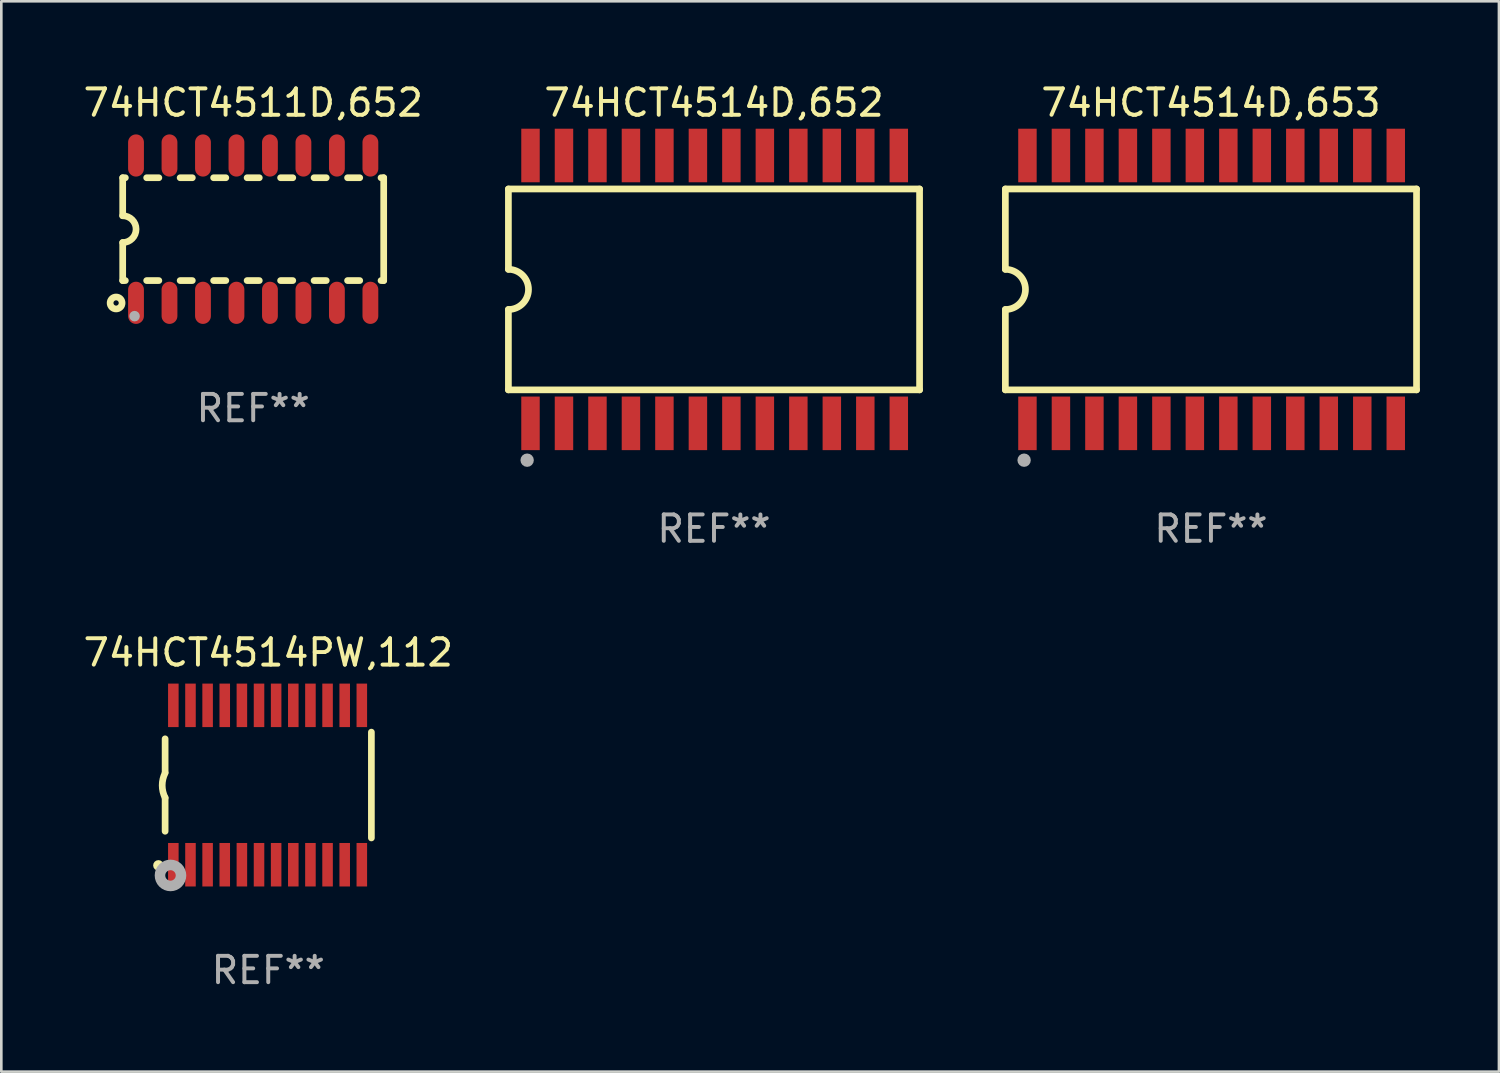
<source format=kicad_pcb>
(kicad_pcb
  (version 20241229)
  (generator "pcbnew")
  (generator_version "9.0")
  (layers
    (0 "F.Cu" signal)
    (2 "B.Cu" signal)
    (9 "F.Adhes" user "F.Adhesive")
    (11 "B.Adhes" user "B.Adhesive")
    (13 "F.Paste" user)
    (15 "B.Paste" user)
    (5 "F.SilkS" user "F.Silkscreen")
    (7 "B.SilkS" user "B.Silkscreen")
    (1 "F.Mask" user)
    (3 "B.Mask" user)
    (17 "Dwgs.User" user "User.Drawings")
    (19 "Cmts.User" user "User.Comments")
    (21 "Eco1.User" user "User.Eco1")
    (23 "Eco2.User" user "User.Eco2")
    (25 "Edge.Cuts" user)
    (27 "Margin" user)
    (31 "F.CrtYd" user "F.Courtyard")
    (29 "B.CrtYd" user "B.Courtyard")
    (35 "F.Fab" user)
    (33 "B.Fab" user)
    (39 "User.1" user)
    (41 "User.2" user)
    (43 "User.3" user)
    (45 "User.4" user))
  (footprint "74HCT4511D,652"
    (layer "F.Cu")
    (at 6.554 5.642)
    (property "Reference" "74HCT4511D,652" (at 0 -4.794 0) (layer "F.SilkS") (effects (font (size 1 1) (thickness 0.15))))
    (attr through_hole)
    (fp_line (start -4.95 -1.95) (end -4.95 -0.508) (stroke (width 0.254) (type solid)) (layer "F.SilkS"))
    (fp_line (start -4.95 -1.95) (end -4.849 -1.95) (stroke (width 0.254) (type solid)) (layer "F.SilkS"))
    (fp_line (start -4.95 1.95) (end -4.95 0.508) (stroke (width 0.254) (type solid)) (layer "F.SilkS"))
    (fp_line (start -4.95 1.95) (end -4.849 1.95) (stroke (width 0.254) (type solid)) (layer "F.SilkS"))
    (fp_line (start -4.041 -1.95) (end -3.579 -1.95) (stroke (width 0.254) (type solid)) (layer "F.SilkS"))
    (fp_line (start -4.041 1.95) (end -3.579 1.95) (stroke (width 0.254) (type solid)) (layer "F.SilkS"))
    (fp_line (start -2.771 -1.95) (end -2.309 -1.95) (stroke (width 0.254) (type solid)) (layer "F.SilkS"))
    (fp_line (start -2.771 1.95) (end -2.309 1.95) (stroke (width 0.254) (type solid)) (layer "F.SilkS"))
    (fp_line (start -1.501 -1.95) (end -1.039 -1.95) (stroke (width 0.254) (type solid)) (layer "F.SilkS"))
    (fp_line (start -1.501 1.95) (end -1.039 1.95) (stroke (width 0.254) (type solid)) (layer "F.SilkS"))
    (fp_line (start -0.231 -1.95) (end 0.231 -1.95) (stroke (width 0.254) (type solid)) (layer "F.SilkS"))
    (fp_line (start -0.231 1.95) (end 0.231 1.95) (stroke (width 0.254) (type solid)) (layer "F.SilkS"))
    (fp_line (start 1.039 -1.95) (end 1.501 -1.95) (stroke (width 0.254) (type solid)) (layer "F.SilkS"))
    (fp_line (start 1.039 1.95) (end 1.501 1.95) (stroke (width 0.254) (type solid)) (layer "F.SilkS"))
    (fp_line (start 2.309 -1.95) (end 2.771 -1.95) (stroke (width 0.254) (type solid)) (layer "F.SilkS"))
    (fp_line (start 2.309 1.95) (end 2.771 1.95) (stroke (width 0.254) (type solid)) (layer "F.SilkS"))
    (fp_line (start 3.579 -1.95) (end 4.041 -1.95) (stroke (width 0.254) (type solid)) (layer "F.SilkS"))
    (fp_line (start 3.579 1.95) (end 4.041 1.95) (stroke (width 0.254) (type solid)) (layer "F.SilkS"))
    (fp_line (start 4.849 -1.95) (end 4.95 -1.95) (stroke (width 0.254) (type solid)) (layer "F.SilkS"))
    (fp_line (start 4.849 1.95) (end 4.95 1.95) (stroke (width 0.254) (type solid)) (layer "F.SilkS"))
    (fp_line (start 4.95 -1.95) (end 4.95 1.95) (stroke (width 0.254) (type solid)) (layer "F.SilkS"))
    (fp_arc (start -4.95047 -0.508001) (mid -4.442469 -0.000228) (end -4.950013 0.508001) (stroke (width 0.254001) (type solid)) (layer "F.SilkS"))
    (fp_circle (center -5.2 2.8) (end -5.1 2.8) (stroke (width 0.254) (type solid)) (fill no) (layer "F.SilkS"))
    (fp_circle (center -4.95 2.947) (end -4.92 2.947) (stroke (width 0.06) (type solid)) (fill no) (layer "F.SilkS"))
    (fp_circle (center -4.5 3.3) (end -4.4 3.3) (stroke (width 0.2) (type solid)) (fill no) (layer "F.Fab"))
    (fp_text user "REF**" (at 0 6.794 0) (layer "F.Fab") (effects (font (size 1 1) (thickness 0.15))))
    (pad "1" smd oval (at -4.445 2.794) (size 0.6 1.6) (layers "F.Cu" "F.Mask" "F.Paste"))
    (pad "2" smd oval (at -3.175 2.794) (size 0.6 1.6) (layers "F.Cu" "F.Mask" "F.Paste"))
    (pad "3" smd oval (at -1.905 2.794) (size 0.6 1.6) (layers "F.Cu" "F.Mask" "F.Paste"))
    (pad "4" smd oval (at -0.635 2.794) (size 0.6 1.6) (layers "F.Cu" "F.Mask" "F.Paste"))
    (pad "5" smd oval (at 0.635 2.794) (size 0.6 1.6) (layers "F.Cu" "F.Mask" "F.Paste"))
    (pad "6" smd oval (at 1.905 2.794) (size 0.6 1.6) (layers "F.Cu" "F.Mask" "F.Paste"))
    (pad "7" smd oval (at 3.175 2.794) (size 0.6 1.6) (layers "F.Cu" "F.Mask" "F.Paste"))
    (pad "8" smd oval (at 4.445 2.794) (size 0.6 1.6) (layers "F.Cu" "F.Mask" "F.Paste"))
    (pad "9" smd oval (at 4.445 -2.794) (size 0.6 1.6) (layers "F.Cu" "F.Mask" "F.Paste"))
    (pad "10" smd oval (at 3.175 -2.794) (size 0.6 1.6) (layers "F.Cu" "F.Mask" "F.Paste"))
    (pad "11" smd oval (at 1.905 -2.794) (size 0.6 1.6) (layers "F.Cu" "F.Mask" "F.Paste"))
    (pad "12" smd oval (at 0.635 -2.794) (size 0.6 1.6) (layers "F.Cu" "F.Mask" "F.Paste"))
    (pad "13" smd oval (at -0.635 -2.794) (size 0.6 1.6) (layers "F.Cu" "F.Mask" "F.Paste"))
    (pad "14" smd oval (at -1.905 -2.794) (size 0.6 1.6) (layers "F.Cu" "F.Mask" "F.Paste"))
    (pad "15" smd oval (at -3.175 -2.794) (size 0.6 1.6) (layers "F.Cu" "F.Mask" "F.Paste"))
    (pad "16" smd oval (at -4.445 -2.794) (size 0.6 1.6) (layers "F.Cu" "F.Mask" "F.Paste")))
  (footprint "74HCT4514D,652"
    (layer "F.Cu")
    (at 24.032 7.928)
    (property "Reference" "74HCT4514D,652" (at 0 -7.08 0) (layer "F.SilkS") (effects (font (size 1 1) (thickness 0.15))))
    (attr through_hole)
    (fp_line (start -7.798 -3.81) (end -7.798 -0.762) (stroke (width 0.254) (type solid)) (layer "F.SilkS"))
    (fp_line (start -7.798 3.81) (end -7.798 0.762) (stroke (width 0.254) (type solid)) (layer "F.SilkS"))
    (fp_line (start 7.798 -3.81) (end -7.798 -3.81) (stroke (width 0.254) (type solid)) (layer "F.SilkS"))
    (fp_line (start 7.798 3.81) (end -7.798 3.81) (stroke (width 0.254) (type solid)) (layer "F.SilkS"))
    (fp_line (start 7.798 3.81) (end 7.798 -3.81) (stroke (width 0.254) (type solid)) (layer "F.SilkS"))
    (fp_arc (start -7.797791 -0.762002) (mid -7.03579 -0.000001) (end -7.79779 0.762002) (stroke (width 0.254001) (type solid)) (layer "F.SilkS"))
    (fp_circle (center -7.825 3.75) (end -7.795 3.75) (stroke (width 0.06) (type solid)) (fill no) (layer "F.SilkS"))
    (fp_circle (center -7.087 6.477) (end -6.96 6.477) (stroke (width 0.254) (type solid)) (fill no) (layer "F.Fab"))
    (fp_text user "REF**" (at 0 9.08 0) (layer "F.Fab") (effects (font (size 1 1) (thickness 0.15))))
    (pad "1" smd rect (at -6.96 5.08 90) (size 2.032 0.7) (layers "F.Cu" "F.Mask" "F.Paste"))
    (pad "2" smd rect (at -5.69 5.08 90) (size 2.032 0.7) (layers "F.Cu" "F.Mask" "F.Paste"))
    (pad "3" smd rect (at -4.42 5.08 90) (size 2.032 0.7) (layers "F.Cu" "F.Mask" "F.Paste"))
    (pad "4" smd rect (at -3.15 5.08 90) (size 2.032 0.7) (layers "F.Cu" "F.Mask" "F.Paste"))
    (pad "5" smd rect (at -1.88 5.08 90) (size 2.032 0.7) (layers "F.Cu" "F.Mask" "F.Paste"))
    (pad "6" smd rect (at -0.61 5.08 90) (size 2.032 0.7) (layers "F.Cu" "F.Mask" "F.Paste"))
    (pad "7" smd rect (at 0.66 5.08 90) (size 2.032 0.7) (layers "F.Cu" "F.Mask" "F.Paste"))
    (pad "8" smd rect (at 1.93 5.08 90) (size 2.032 0.7) (layers "F.Cu" "F.Mask" "F.Paste"))
    (pad "9" smd rect (at 3.2 5.08 90) (size 2.032 0.7) (layers "F.Cu" "F.Mask" "F.Paste"))
    (pad "10" smd rect (at 4.47 5.08 90) (size 2.032 0.7) (layers "F.Cu" "F.Mask" "F.Paste"))
    (pad "11" smd rect (at 5.74 5.08 90) (size 2.032 0.7) (layers "F.Cu" "F.Mask" "F.Paste"))
    (pad "12" smd rect (at 7.01 5.08 90) (size 2.032 0.7) (layers "F.Cu" "F.Mask" "F.Paste"))
    (pad "13" smd rect (at 7.01 -5.08 90) (size 2.032 0.7) (layers "F.Cu" "F.Mask" "F.Paste"))
    (pad "14" smd rect (at 5.74 -5.08 90) (size 2.032 0.7) (layers "F.Cu" "F.Mask" "F.Paste"))
    (pad "15" smd rect (at 4.47 -5.08 90) (size 2.032 0.7) (layers "F.Cu" "F.Mask" "F.Paste"))
    (pad "16" smd rect (at 3.2 -5.08 90) (size 2.032 0.7) (layers "F.Cu" "F.Mask" "F.Paste"))
    (pad "17" smd rect (at 1.93 -5.08 90) (size 2.032 0.7) (layers "F.Cu" "F.Mask" "F.Paste"))
    (pad "18" smd rect (at 0.66 -5.08 90) (size 2.032 0.7) (layers "F.Cu" "F.Mask" "F.Paste"))
    (pad "19" smd rect (at -0.61 -5.08 90) (size 2.032 0.7) (layers "F.Cu" "F.Mask" "F.Paste"))
    (pad "20" smd rect (at -1.88 -5.08 90) (size 2.032 0.7) (layers "F.Cu" "F.Mask" "F.Paste"))
    (pad "21" smd rect (at -3.15 -5.08 90) (size 2.032 0.7) (layers "F.Cu" "F.Mask" "F.Paste"))
    (pad "22" smd rect (at -4.42 -5.08 90) (size 2.032 0.7) (layers "F.Cu" "F.Mask" "F.Paste"))
    (pad "23" smd rect (at -5.69 -5.08 90) (size 2.032 0.7) (layers "F.Cu" "F.Mask" "F.Paste"))
    (pad "24" smd rect (at -6.96 -5.08 90) (size 2.032 0.7) (layers "F.Cu" "F.Mask" "F.Paste")))
  (footprint "74HCT4514D,653"
    (layer "F.Cu")
    (at 42.882 7.928)
    (property "Reference" "74HCT4514D,653" (at 0 -7.08 0) (layer "F.SilkS") (effects (font (size 1 1) (thickness 0.15))))
    (attr through_hole)
    (fp_line (start -7.798 -3.81) (end -7.798 -0.762) (stroke (width 0.254) (type solid)) (layer "F.SilkS"))
    (fp_line (start -7.798 3.81) (end -7.798 0.762) (stroke (width 0.254) (type solid)) (layer "F.SilkS"))
    (fp_line (start 7.798 -3.81) (end -7.798 -3.81) (stroke (width 0.254) (type solid)) (layer "F.SilkS"))
    (fp_line (start 7.798 3.81) (end -7.798 3.81) (stroke (width 0.254) (type solid)) (layer "F.SilkS"))
    (fp_line (start 7.798 3.81) (end 7.798 -3.81) (stroke (width 0.254) (type solid)) (layer "F.SilkS"))
    (fp_arc (start -7.797791 -0.762002) (mid -7.03579 -0.000001) (end -7.79779 0.762002) (stroke (width 0.254001) (type solid)) (layer "F.SilkS"))
    (fp_circle (center -7.825 3.75) (end -7.795 3.75) (stroke (width 0.06) (type solid)) (fill no) (layer "F.SilkS"))
    (fp_circle (center -7.087 6.477) (end -6.96 6.477) (stroke (width 0.254) (type solid)) (fill no) (layer "F.Fab"))
    (fp_text user "REF**" (at 0 9.08 0) (layer "F.Fab") (effects (font (size 1 1) (thickness 0.15))))
    (pad "1" smd rect (at -6.96 5.08 90) (size 2.032 0.7) (layers "F.Cu" "F.Mask" "F.Paste"))
    (pad "2" smd rect (at -5.69 5.08 90) (size 2.032 0.7) (layers "F.Cu" "F.Mask" "F.Paste"))
    (pad "3" smd rect (at -4.42 5.08 90) (size 2.032 0.7) (layers "F.Cu" "F.Mask" "F.Paste"))
    (pad "4" smd rect (at -3.15 5.08 90) (size 2.032 0.7) (layers "F.Cu" "F.Mask" "F.Paste"))
    (pad "5" smd rect (at -1.88 5.08 90) (size 2.032 0.7) (layers "F.Cu" "F.Mask" "F.Paste"))
    (pad "6" smd rect (at -0.61 5.08 90) (size 2.032 0.7) (layers "F.Cu" "F.Mask" "F.Paste"))
    (pad "7" smd rect (at 0.66 5.08 90) (size 2.032 0.7) (layers "F.Cu" "F.Mask" "F.Paste"))
    (pad "8" smd rect (at 1.93 5.08 90) (size 2.032 0.7) (layers "F.Cu" "F.Mask" "F.Paste"))
    (pad "9" smd rect (at 3.2 5.08 90) (size 2.032 0.7) (layers "F.Cu" "F.Mask" "F.Paste"))
    (pad "10" smd rect (at 4.47 5.08 90) (size 2.032 0.7) (layers "F.Cu" "F.Mask" "F.Paste"))
    (pad "11" smd rect (at 5.74 5.08 90) (size 2.032 0.7) (layers "F.Cu" "F.Mask" "F.Paste"))
    (pad "12" smd rect (at 7.01 5.08 90) (size 2.032 0.7) (layers "F.Cu" "F.Mask" "F.Paste"))
    (pad "13" smd rect (at 7.01 -5.08 90) (size 2.032 0.7) (layers "F.Cu" "F.Mask" "F.Paste"))
    (pad "14" smd rect (at 5.74 -5.08 90) (size 2.032 0.7) (layers "F.Cu" "F.Mask" "F.Paste"))
    (pad "15" smd rect (at 4.47 -5.08 90) (size 2.032 0.7) (layers "F.Cu" "F.Mask" "F.Paste"))
    (pad "16" smd rect (at 3.2 -5.08 90) (size 2.032 0.7) (layers "F.Cu" "F.Mask" "F.Paste"))
    (pad "17" smd rect (at 1.93 -5.08 90) (size 2.032 0.7) (layers "F.Cu" "F.Mask" "F.Paste"))
    (pad "18" smd rect (at 0.66 -5.08 90) (size 2.032 0.7) (layers "F.Cu" "F.Mask" "F.Paste"))
    (pad "19" smd rect (at -0.61 -5.08 90) (size 2.032 0.7) (layers "F.Cu" "F.Mask" "F.Paste"))
    (pad "20" smd rect (at -1.88 -5.08 90) (size 2.032 0.7) (layers "F.Cu" "F.Mask" "F.Paste"))
    (pad "21" smd rect (at -3.15 -5.08 90) (size 2.032 0.7) (layers "F.Cu" "F.Mask" "F.Paste"))
    (pad "22" smd rect (at -4.42 -5.08 90) (size 2.032 0.7) (layers "F.Cu" "F.Mask" "F.Paste"))
    (pad "23" smd rect (at -5.69 -5.08 90) (size 2.032 0.7) (layers "F.Cu" "F.Mask" "F.Paste"))
    (pad "24" smd rect (at -6.96 -5.08 90) (size 2.032 0.7) (layers "F.Cu" "F.Mask" "F.Paste")))
  (footprint "74HCT4514PW,112"
    (layer "F.Cu")
    (at 7.125 26.727)
    (property "Reference" "74HCT4514PW,112" (at 0 -5.023 0) (layer "F.SilkS") (effects (font (size 1 1) (thickness 0.15))))
    (attr through_hole)
    (fp_line (start -3.912 -0.483) (end -3.912 -1.753) (stroke (width 0.254) (type solid)) (layer "F.SilkS"))
    (fp_line (start -3.912 1.753) (end -3.912 0.483) (stroke (width 0.254) (type solid)) (layer "F.SilkS"))
    (fp_line (start 3.912 -2.007) (end 3.912 2.007) (stroke (width 0.254) (type solid)) (layer "F.SilkS"))
    (fp_arc (start -3.911608 0.482601) (mid -4.022537 0.0127) (end -3.911608 -0.457201) (stroke (width 0.254001) (type solid)) (layer "F.SilkS"))
    (fp_circle (center -4.166 3.048) (end -4.066 3.048) (stroke (width 0.2) (type solid)) (fill no) (layer "F.SilkS"))
    (fp_circle (center -3.925 3.186) (end -3.895 3.186) (stroke (width 0.06) (type solid)) (fill no) (layer "F.SilkS"))
    (fp_circle (center -3.708 3.429) (end -3.509 3.429) (stroke (width 0.4) (type solid)) (fill no) (layer "F.Fab"))
    (fp_text user "REF**" (at 0 7.023 0) (layer "F.Fab") (effects (font (size 1 1) (thickness 0.15))))
    (pad "1" smd rect (at -3.6 3.023) (size 0.4 1.65) (layers "F.Cu" "F.Mask" "F.Paste"))
    (pad "2" smd rect (at -2.95 3.023) (size 0.4 1.65) (layers "F.Cu" "F.Mask" "F.Paste"))
    (pad "3" smd rect (at -2.3 3.023) (size 0.4 1.65) (layers "F.Cu" "F.Mask" "F.Paste"))
    (pad "4" smd rect (at -1.65 3.023) (size 0.4 1.65) (layers "F.Cu" "F.Mask" "F.Paste"))
    (pad "5" smd rect (at -1 3.023) (size 0.4 1.65) (layers "F.Cu" "F.Mask" "F.Paste"))
    (pad "6" smd rect (at -0.35 3.023) (size 0.4 1.65) (layers "F.Cu" "F.Mask" "F.Paste"))
    (pad "7" smd rect (at 0.299 3.023) (size 0.4 1.65) (layers "F.Cu" "F.Mask" "F.Paste"))
    (pad "8" smd rect (at 0.95 3.023) (size 0.4 1.65) (layers "F.Cu" "F.Mask" "F.Paste"))
    (pad "9" smd rect (at 1.6 3.023) (size 0.4 1.65) (layers "F.Cu" "F.Mask" "F.Paste"))
    (pad "10" smd rect (at 2.25 3.023) (size 0.4 1.65) (layers "F.Cu" "F.Mask" "F.Paste"))
    (pad "11" smd rect (at 2.9 3.023) (size 0.4 1.65) (layers "F.Cu" "F.Mask" "F.Paste"))
    (pad "12" smd rect (at 3.549 3.023) (size 0.4 1.65) (layers "F.Cu" "F.Mask" "F.Paste"))
    (pad "13" smd rect (at 3.549 -3.023) (size 0.4 1.65) (layers "F.Cu" "F.Mask" "F.Paste"))
    (pad "14" smd rect (at 2.9 -3.023) (size 0.4 1.65) (layers "F.Cu" "F.Mask" "F.Paste"))
    (pad "15" smd rect (at 2.25 -3.023) (size 0.4 1.65) (layers "F.Cu" "F.Mask" "F.Paste"))
    (pad "16" smd rect (at 1.6 -3.023) (size 0.4 1.65) (layers "F.Cu" "F.Mask" "F.Paste"))
    (pad "17" smd rect (at 0.95 -3.023) (size 0.4 1.65) (layers "F.Cu" "F.Mask" "F.Paste"))
    (pad "18" smd rect (at 0.299 -3.023) (size 0.4 1.65) (layers "F.Cu" "F.Mask" "F.Paste"))
    (pad "19" smd rect (at -0.35 -3.023) (size 0.4 1.65) (layers "F.Cu" "F.Mask" "F.Paste"))
    (pad "20" smd rect (at -1 -3.023) (size 0.4 1.65) (layers "F.Cu" "F.Mask" "F.Paste"))
    (pad "21" smd rect (at -1.65 -3.023) (size 0.4 1.65) (layers "F.Cu" "F.Mask" "F.Paste"))
    (pad "22" smd rect (at -2.3 -3.023) (size 0.4 1.65) (layers "F.Cu" "F.Mask" "F.Paste"))
    (pad "23" smd rect (at -2.95 -3.023) (size 0.4 1.65) (layers "F.Cu" "F.Mask" "F.Paste"))
    (pad "24" smd rect (at -3.6 -3.023) (size 0.4 1.65) (layers "F.Cu" "F.Mask" "F.Paste")))
  (gr_rect
    (start -3 -3)
    (end 53.806 37.598)
    (stroke (width 0.1) (type default))
    (fill no)
    (layer "Edge.Cuts")))
</source>
